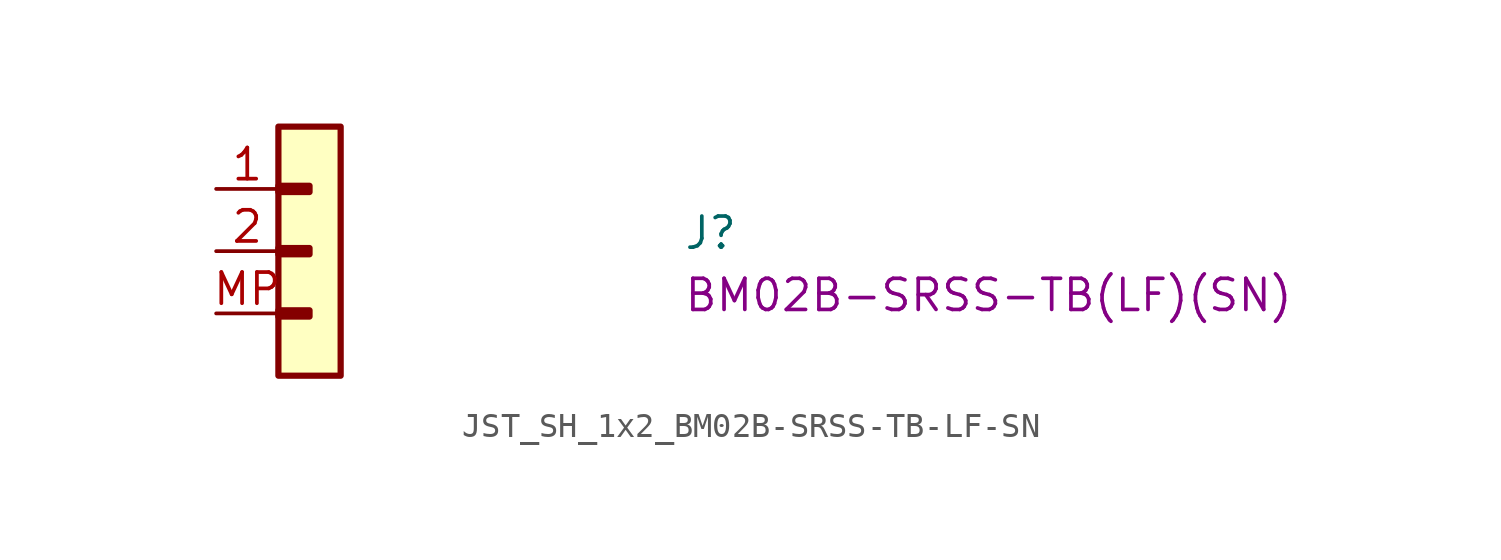
<source format=kicad_sym>
(kicad_symbol_lib
  (version 20220914)
  (generator kicad_symbol_editor)
  (symbol "JST_SH_1x2_BM02B-SRSS-TB-LF-SN"
    (property "Reference" "J"
      (at 19.05 -2.54 0)
      (effects (font (size 1.27 1.27) (thickness 0.15)) (justify left bottom)))
    (property "MPN" "BM02B-SRSS-TB(LF)(SN)"
      (at 19.05 -5.08 0)
      (effects (font (size 1.27 1.27) (thickness 0.15)) (justify left bottom)))
    (symbol "JST_SH_1x2_BM02B-SRSS-TB-LF-SN_1_1"
      (rectangle (start 2.54 -4.953) (end 3.81 -5.207) (stroke (width 0.254) (type default)) (fill (type background)))
      (rectangle (start 2.54 -2.413) (end 3.81 -2.667) (stroke (width 0.254) (type default)) (fill (type background)))
      (rectangle (start 2.54 0.127) (end 3.81 -0.127) (stroke (width 0.254) (type default)) (fill (type background)))
      (rectangle (start 2.54 2.54) (end 5.08 -7.62) (stroke (width 0.254) (type default)) (fill (type background)))
      (pin passive line (at 0 0 0) (length 2.54) (name "~" (effects (font (size 1.27 1.27)))) (number "1" (effects (font (size 1.27 1.27)))))
      (pin passive line (at 0 -2.54 0) (length 2.54) (name "~" (effects (font (size 1.27 1.27)))) (number "2" (effects (font (size 1.27 1.27)))))
      (pin passive line (at 0 -5.08 0) (length 2.54) (name "~" (effects (font (size 1.27 1.27)))) (number "MP" (effects (font (size 1.27 1.27))))))))
</source>
